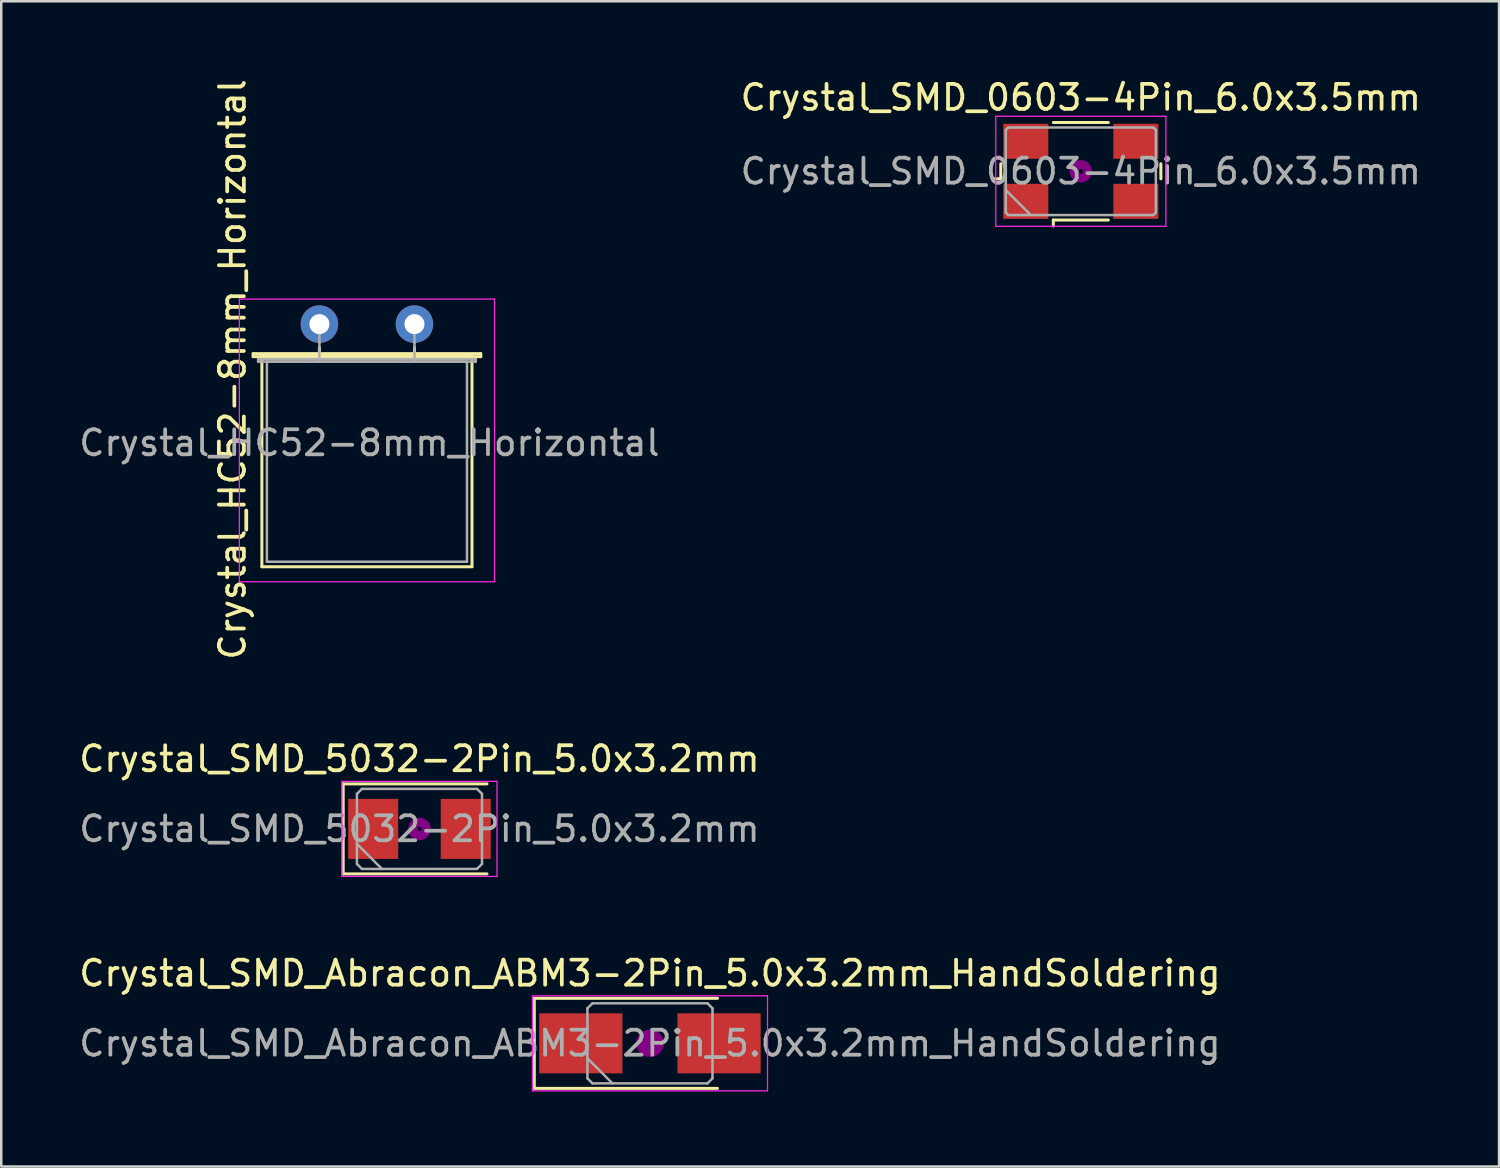
<source format=kicad_pcb>
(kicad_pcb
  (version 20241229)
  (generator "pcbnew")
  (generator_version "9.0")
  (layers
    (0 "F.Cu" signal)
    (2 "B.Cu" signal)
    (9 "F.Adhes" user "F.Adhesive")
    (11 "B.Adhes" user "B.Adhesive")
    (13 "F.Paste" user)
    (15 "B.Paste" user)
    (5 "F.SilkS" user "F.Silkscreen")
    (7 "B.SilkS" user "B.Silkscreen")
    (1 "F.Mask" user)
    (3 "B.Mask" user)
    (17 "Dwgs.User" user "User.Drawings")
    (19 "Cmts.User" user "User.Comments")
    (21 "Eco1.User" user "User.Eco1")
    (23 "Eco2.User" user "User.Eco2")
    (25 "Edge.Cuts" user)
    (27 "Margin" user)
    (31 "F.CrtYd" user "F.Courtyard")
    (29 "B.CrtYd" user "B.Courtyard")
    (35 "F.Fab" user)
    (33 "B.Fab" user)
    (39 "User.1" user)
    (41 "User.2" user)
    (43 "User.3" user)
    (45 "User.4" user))
  (footprint "Crystal_SMD_0603-4Pin_6.0x3.5mm"
    (layer "F.Cu")
    (at 40.161 3.798)
    (property "Reference" "Crystal_SMD_0603-4Pin_6.0x3.5mm" (at 0 -2.95 0) (layer "F.SilkS") (effects (font (size 1 1) (thickness 0.15))))
    (attr smd)
    (fp_line (start -3.44 0.3) (end -3.2 0.3) (stroke (width 0.12) (type solid)) (layer "F.SilkS"))
    (fp_line (start -3.2 0.3) (end -3.2 -0.3) (stroke (width 0.12) (type solid)) (layer "F.SilkS"))
    (fp_line (start -1.1 -1.95) (end 1.1 -1.95) (stroke (width 0.12) (type solid)) (layer "F.SilkS"))
    (fp_line (start -1.1 1.95) (end -1.1 2.19) (stroke (width 0.12) (type solid)) (layer "F.SilkS"))
    (fp_line (start 1.1 1.95) (end -1.1 1.95) (stroke (width 0.12) (type solid)) (layer "F.SilkS"))
    (fp_line (start 3.2 -0.3) (end 3.2 0.3) (stroke (width 0.12) (type solid)) (layer "F.SilkS"))
    (fp_circle (center 0 0) (end 0.093 0) (stroke (width 0.187) (type solid)) (fill no) (layer "F.Adhes"))
    (fp_circle (center 0 0) (end 0.213 0) (stroke (width 0.133) (type solid)) (fill no) (layer "F.Adhes"))
    (fp_circle (center 0 0) (end 0.333 0) (stroke (width 0.133) (type solid)) (fill no) (layer "F.Adhes"))
    (fp_circle (center 0 0) (end 0.4 0) (stroke (width 0.1) (type solid)) (fill no) (layer "F.Adhes"))
    (fp_line (start -3.4 -2.2) (end -3.4 2.2) (stroke (width 0.05) (type solid)) (layer "F.CrtYd"))
    (fp_line (start -3.4 2.2) (end 3.4 2.2) (stroke (width 0.05) (type solid)) (layer "F.CrtYd"))
    (fp_line (start 3.4 -2.2) (end -3.4 -2.2) (stroke (width 0.05) (type solid)) (layer "F.CrtYd"))
    (fp_line (start 3.4 2.2) (end 3.4 -2.2) (stroke (width 0.05) (type solid)) (layer "F.CrtYd"))
    (fp_line (start -3 -1.65) (end -2.9 -1.75) (stroke (width 0.1) (type solid)) (layer "F.Fab"))
    (fp_line (start -3 0.75) (end -2 1.75) (stroke (width 0.1) (type solid)) (layer "F.Fab"))
    (fp_line (start -3 1.65) (end -3 -1.65) (stroke (width 0.1) (type solid)) (layer "F.Fab"))
    (fp_line (start -2.9 -1.75) (end 2.9 -1.75) (stroke (width 0.1) (type solid)) (layer "F.Fab"))
    (fp_line (start -2.9 1.75) (end -3 1.65) (stroke (width 0.1) (type solid)) (layer "F.Fab"))
    (fp_line (start 2.9 -1.75) (end 3 -1.65) (stroke (width 0.1) (type solid)) (layer "F.Fab"))
    (fp_line (start 2.9 1.75) (end -2.9 1.75) (stroke (width 0.1) (type solid)) (layer "F.Fab"))
    (fp_line (start 3 -1.65) (end 3 1.65) (stroke (width 0.1) (type solid)) (layer "F.Fab"))
    (fp_line (start 3 1.65) (end 2.9 1.75) (stroke (width 0.1) (type solid)) (layer "F.Fab"))
    (fp_text user "${REFERENCE}" (at 0 0 0) (layer "F.Fab") (effects (font (size 1 1) (thickness 0.15))))
    (pad "1" smd rect (at -2.2 1.2) (size 1.8 1.4) (layers "F.Cu" "F.Mask" "F.Paste"))
    (pad "2" smd rect (at 2.2 1.2) (size 1.8 1.4) (layers "F.Cu" "F.Mask" "F.Paste"))
    (pad "3" smd rect (at 2.2 -1.2) (size 1.8 1.4) (layers "F.Cu" "F.Mask" "F.Paste"))
    (pad "4" smd rect (at -2.2 -1.2) (size 1.8 1.4) (layers "F.Cu" "F.Mask" "F.Paste")))
  (footprint "Crystal_SMD_5032-2Pin_5.0x3.2mm"
    (layer "F.Cu")
    (at 13.72 30.089)
    (property "Reference" "Crystal_SMD_5032-2Pin_5.0x3.2mm" (at 0 -2.8 0) (layer "F.SilkS") (effects (font (size 1 1) (thickness 0.15))))
    (attr smd)
    (fp_line (start -3.05 -1.8) (end -3.05 1.8) (stroke (width 0.12) (type solid)) (layer "F.SilkS"))
    (fp_line (start -3.05 1.8) (end 2.7 1.8) (stroke (width 0.12) (type solid)) (layer "F.SilkS"))
    (fp_line (start 2.7 -1.8) (end -3.05 -1.8) (stroke (width 0.12) (type solid)) (layer "F.SilkS"))
    (fp_circle (center 0 0) (end 0.093 0) (stroke (width 0.187) (type solid)) (fill no) (layer "F.Adhes"))
    (fp_circle (center 0 0) (end 0.213 0) (stroke (width 0.133) (type solid)) (fill no) (layer "F.Adhes"))
    (fp_circle (center 0 0) (end 0.333 0) (stroke (width 0.133) (type solid)) (fill no) (layer "F.Adhes"))
    (fp_circle (center 0 0) (end 0.4 0) (stroke (width 0.1) (type solid)) (fill no) (layer "F.Adhes"))
    (fp_line (start -3.1 -1.9) (end -3.1 1.9) (stroke (width 0.05) (type solid)) (layer "F.CrtYd"))
    (fp_line (start -3.1 1.9) (end 3.1 1.9) (stroke (width 0.05) (type solid)) (layer "F.CrtYd"))
    (fp_line (start 3.1 -1.9) (end -3.1 -1.9) (stroke (width 0.05) (type solid)) (layer "F.CrtYd"))
    (fp_line (start 3.1 1.9) (end 3.1 -1.9) (stroke (width 0.05) (type solid)) (layer "F.CrtYd"))
    (fp_line (start -2.5 -1.4) (end -2.3 -1.6) (stroke (width 0.1) (type solid)) (layer "F.Fab"))
    (fp_line (start -2.5 0.6) (end -1.5 1.6) (stroke (width 0.1) (type solid)) (layer "F.Fab"))
    (fp_line (start -2.5 1.4) (end -2.5 -1.4) (stroke (width 0.1) (type solid)) (layer "F.Fab"))
    (fp_line (start -2.3 -1.6) (end 2.3 -1.6) (stroke (width 0.1) (type solid)) (layer "F.Fab"))
    (fp_line (start -2.3 1.6) (end -2.5 1.4) (stroke (width 0.1) (type solid)) (layer "F.Fab"))
    (fp_line (start 2.3 -1.6) (end 2.5 -1.4) (stroke (width 0.1) (type solid)) (layer "F.Fab"))
    (fp_line (start 2.3 1.6) (end -2.3 1.6) (stroke (width 0.1) (type solid)) (layer "F.Fab"))
    (fp_line (start 2.5 -1.4) (end 2.5 1.4) (stroke (width 0.1) (type solid)) (layer "F.Fab"))
    (fp_line (start 2.5 1.4) (end 2.3 1.6) (stroke (width 0.1) (type solid)) (layer "F.Fab"))
    (fp_text user "${REFERENCE}" (at 0 0 0) (layer "F.Fab") (effects (font (size 1 1) (thickness 0.15))))
    (pad "1" smd rect (at -1.85 0) (size 2 2.4) (layers "F.Cu" "F.Mask" "F.Paste"))
    (pad "2" smd rect (at 1.85 0) (size 2 2.4) (layers "F.Cu" "F.Mask" "F.Paste")))
  (footprint "Crystal_SMD_Abracon_ABM3-2Pin_5.0x3.2mm_HandSoldering"
    (layer "F.Cu")
    (at 22.935 38.662)
    (property "Reference" "Crystal_SMD_Abracon_ABM3-2Pin_5.0x3.2mm_HandSoldering" (at 0 -2.8 0) (layer "F.SilkS") (effects (font (size 1 1) (thickness 0.15))))
    (attr smd)
    (fp_line (start -4.625 -1.8) (end -4.625 1.8) (stroke (width 0.12) (type solid)) (layer "F.SilkS"))
    (fp_line (start -4.625 1.8) (end 2.7 1.8) (stroke (width 0.12) (type solid)) (layer "F.SilkS"))
    (fp_line (start 2.7 -1.8) (end -4.625 -1.8) (stroke (width 0.12) (type solid)) (layer "F.SilkS"))
    (fp_circle (center 0 0) (end 0.117 0) (stroke (width 0.233) (type solid)) (fill no) (layer "F.Adhes"))
    (fp_circle (center 0 0) (end 0.267 0) (stroke (width 0.167) (type solid)) (fill no) (layer "F.Adhes"))
    (fp_circle (center 0 0) (end 0.417 0) (stroke (width 0.167) (type solid)) (fill no) (layer "F.Adhes"))
    (fp_circle (center 0 0) (end 0.5 0) (stroke (width 0.1) (type solid)) (fill no) (layer "F.Adhes"))
    (fp_line (start -4.7 -1.9) (end -4.7 1.9) (stroke (width 0.05) (type solid)) (layer "F.CrtYd"))
    (fp_line (start -4.7 1.9) (end 4.7 1.9) (stroke (width 0.05) (type solid)) (layer "F.CrtYd"))
    (fp_line (start 4.7 -1.9) (end -4.7 -1.9) (stroke (width 0.05) (type solid)) (layer "F.CrtYd"))
    (fp_line (start 4.7 1.9) (end 4.7 -1.9) (stroke (width 0.05) (type solid)) (layer "F.CrtYd"))
    (fp_line (start -2.5 -1.4) (end -2.3 -1.6) (stroke (width 0.1) (type solid)) (layer "F.Fab"))
    (fp_line (start -2.5 0.6) (end -1.5 1.6) (stroke (width 0.1) (type solid)) (layer "F.Fab"))
    (fp_line (start -2.5 1.4) (end -2.5 -1.4) (stroke (width 0.1) (type solid)) (layer "F.Fab"))
    (fp_line (start -2.3 -1.6) (end 2.3 -1.6) (stroke (width 0.1) (type solid)) (layer "F.Fab"))
    (fp_line (start -2.3 1.6) (end -2.5 1.4) (stroke (width 0.1) (type solid)) (layer "F.Fab"))
    (fp_line (start 2.3 -1.6) (end 2.5 -1.4) (stroke (width 0.1) (type solid)) (layer "F.Fab"))
    (fp_line (start 2.3 1.6) (end -2.3 1.6) (stroke (width 0.1) (type solid)) (layer "F.Fab"))
    (fp_line (start 2.5 -1.4) (end 2.5 1.4) (stroke (width 0.1) (type solid)) (layer "F.Fab"))
    (fp_line (start 2.5 1.4) (end 2.3 1.6) (stroke (width 0.1) (type solid)) (layer "F.Fab"))
    (fp_text user "${REFERENCE}" (at 0 0 0) (layer "F.Fab") (effects (font (size 1 1) (thickness 0.15))))
    (pad "1" smd rect (at -2.763 0) (size 3.325 2.4) (layers "F.Cu" "F.Mask" "F.Paste"))
    (pad "2" smd rect (at 2.763 0) (size 3.325 2.4) (layers "F.Cu" "F.Mask" "F.Paste")))
  (footprint "Crystal_HC52-8mm_Horizontal"
    (layer "F.Cu")
    (at 9.72 9.908)
    (property "Reference" "Crystal_HC52-8mm_Horizontal" (at -3.475 1.812 90) (layer "F.SilkS") (effects (font (size 1 1) (thickness 0.15))))
    (attr through_hole)
    (fp_line (start -2.65 1.18) (end 6.45 1.18) (stroke (width 0.12) (type solid)) (layer "F.SilkS"))
    (fp_line (start -2.65 1.3) (end -2.65 1.18) (stroke (width 0.12) (type solid)) (layer "F.SilkS"))
    (fp_line (start -2.3 1.3) (end -2.3 9.7) (stroke (width 0.12) (type solid)) (layer "F.SilkS"))
    (fp_line (start -2.3 9.7) (end 6.1 9.7) (stroke (width 0.12) (type solid)) (layer "F.SilkS"))
    (fp_line (start 0 0.95) (end 0 0.95) (stroke (width 0.12) (type solid)) (layer "F.SilkS"))
    (fp_line (start 0 1.3) (end 0 0.95) (stroke (width 0.12) (type solid)) (layer "F.SilkS"))
    (fp_line (start 3.8 0.95) (end 3.8 0.95) (stroke (width 0.12) (type solid)) (layer "F.SilkS"))
    (fp_line (start 3.8 1.3) (end 3.8 0.95) (stroke (width 0.12) (type solid)) (layer "F.SilkS"))
    (fp_line (start 6.1 1.3) (end -2.3 1.3) (stroke (width 0.12) (type solid)) (layer "F.SilkS"))
    (fp_line (start 6.1 9.7) (end 6.1 1.3) (stroke (width 0.12) (type solid)) (layer "F.SilkS"))
    (fp_line (start 6.45 1.18) (end 6.45 1.3) (stroke (width 0.12) (type solid)) (layer "F.SilkS"))
    (fp_line (start 6.45 1.3) (end -2.65 1.3) (stroke (width 0.12) (type solid)) (layer "F.SilkS"))
    (fp_line (start -3.2 -1) (end -3.2 10.3) (stroke (width 0.05) (type solid)) (layer "F.CrtYd"))
    (fp_line (start -3.2 10.3) (end 7 10.3) (stroke (width 0.05) (type solid)) (layer "F.CrtYd"))
    (fp_line (start 7 -1) (end -3.2 -1) (stroke (width 0.05) (type solid)) (layer "F.CrtYd"))
    (fp_line (start 7 10.3) (end 7 -1) (stroke (width 0.05) (type solid)) (layer "F.CrtYd"))
    (fp_line (start -2.45 1.4) (end 6.25 1.4) (stroke (width 0.1) (type solid)) (layer "F.Fab"))
    (fp_line (start -2.45 1.5) (end -2.45 1.4) (stroke (width 0.1) (type solid)) (layer "F.Fab"))
    (fp_line (start -2.1 1.5) (end -2.1 9.5) (stroke (width 0.1) (type solid)) (layer "F.Fab"))
    (fp_line (start -2.1 9.5) (end 5.9 9.5) (stroke (width 0.1) (type solid)) (layer "F.Fab"))
    (fp_line (start 0 0.75) (end 0 0) (stroke (width 0.1) (type solid)) (layer "F.Fab"))
    (fp_line (start 0 1.5) (end 0 0.75) (stroke (width 0.1) (type solid)) (layer "F.Fab"))
    (fp_line (start 3.8 0.75) (end 3.8 0) (stroke (width 0.1) (type solid)) (layer "F.Fab"))
    (fp_line (start 3.8 1.5) (end 3.8 0.75) (stroke (width 0.1) (type solid)) (layer "F.Fab"))
    (fp_line (start 5.9 1.5) (end -2.1 1.5) (stroke (width 0.1) (type solid)) (layer "F.Fab"))
    (fp_line (start 5.9 9.5) (end 5.9 1.5) (stroke (width 0.1) (type solid)) (layer "F.Fab"))
    (fp_line (start 6.25 1.4) (end 6.25 1.5) (stroke (width 0.1) (type solid)) (layer "F.Fab"))
    (fp_line (start 6.25 1.5) (end -2.45 1.5) (stroke (width 0.1) (type solid)) (layer "F.Fab"))
    (fp_text user "${REFERENCE}" (at 2 4.75 0) (layer "F.Fab") (effects (font (size 1 1) (thickness 0.15))))
    (pad "1" thru_hole circle (at 0 0) (size 1.5 1.5) (drill 0.8) (layers "*.Cu" "*.Mask"))
    (pad "2" thru_hole circle (at 3.8 0) (size 1.5 1.5) (drill 0.8) (layers "*.Cu" "*.Mask")))
  (gr_rect
    (start -3 -3)
    (end 56.881 43.587)
    (stroke (width 0.1) (type default))
    (fill no)
    (layer "Edge.Cuts")))
</source>
